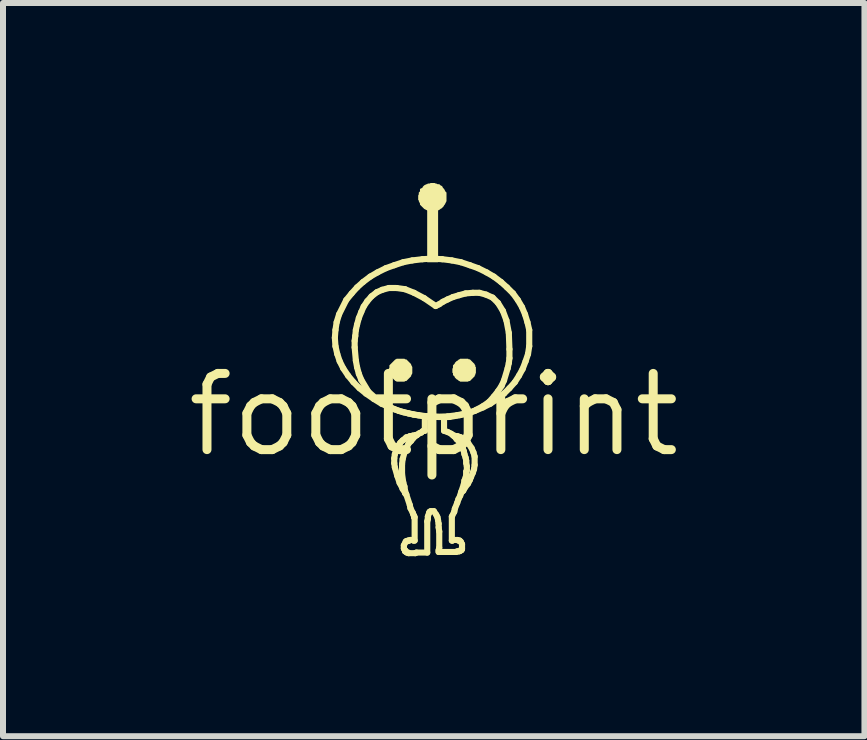
<source format=kicad_pcb>
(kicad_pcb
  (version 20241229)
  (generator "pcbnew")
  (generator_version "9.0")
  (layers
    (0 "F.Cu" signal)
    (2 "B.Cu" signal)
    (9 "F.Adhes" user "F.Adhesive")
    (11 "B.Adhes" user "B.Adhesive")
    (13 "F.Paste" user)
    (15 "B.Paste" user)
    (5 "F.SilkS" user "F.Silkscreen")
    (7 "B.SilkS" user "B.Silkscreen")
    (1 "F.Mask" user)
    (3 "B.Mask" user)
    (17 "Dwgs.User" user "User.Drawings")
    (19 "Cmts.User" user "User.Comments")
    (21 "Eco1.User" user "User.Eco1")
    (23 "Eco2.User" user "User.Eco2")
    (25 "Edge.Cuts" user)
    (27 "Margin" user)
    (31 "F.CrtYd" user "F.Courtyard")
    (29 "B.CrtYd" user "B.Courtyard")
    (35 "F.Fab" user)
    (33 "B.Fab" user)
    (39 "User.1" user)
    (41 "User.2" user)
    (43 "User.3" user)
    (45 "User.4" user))
  (footprint "footprint"
    (layer "F.Cu")
    (at 4.18 3.865)
    (property "Reference" "footprint" (at 0 0 0) (layer "F.SilkS") (effects (font (size 1.27 1.27) (thickness 0.15))))
    (fp_line (start -1.648 -1.284) (end -1.638 -1.414) (stroke (width 0.102) (type solid)) (layer "F.SilkS"))
    (fp_line (start -1.638 -1.414) (end -1.618 -1.544) (stroke (width 0.102) (type solid)) (layer "F.SilkS"))
    (fp_line (start -1.638 -1.144) (end -1.648 -1.284) (stroke (width 0.102) (type solid)) (layer "F.SilkS"))
    (fp_line (start -1.618 -1.544) (end -1.578 -1.674) (stroke (width 0.102) (type solid)) (layer "F.SilkS"))
    (fp_line (start -1.608 -1.014) (end -1.638 -1.144) (stroke (width 0.102) (type solid)) (layer "F.SilkS"))
    (fp_line (start -1.578 -1.674) (end -1.458 -1.914) (stroke (width 0.102) (type solid)) (layer "F.SilkS"))
    (fp_line (start -1.568 -0.894) (end -1.608 -1.014) (stroke (width 0.102) (type solid)) (layer "F.SilkS"))
    (fp_line (start -1.508 -0.774) (end -1.568 -0.894) (stroke (width 0.102) (type solid)) (layer "F.SilkS"))
    (fp_line (start -1.458 -1.914) (end -1.368 -2.024) (stroke (width 0.102) (type solid)) (layer "F.SilkS"))
    (fp_line (start -1.428 -0.654) (end -1.508 -0.774) (stroke (width 0.102) (type solid)) (layer "F.SilkS"))
    (fp_line (start -1.368 -2.024) (end -1.278 -2.124) (stroke (width 0.102) (type solid)) (layer "F.SilkS"))
    (fp_line (start -1.338 -0.544) (end -1.428 -0.654) (stroke (width 0.102) (type solid)) (layer "F.SilkS"))
    (fp_line (start -1.318 -1.234) (end -1.308 -1.314) (stroke (width 0.102) (type solid)) (layer "F.SilkS"))
    (fp_line (start -1.318 -1.124) (end -1.318 -1.234) (stroke (width 0.102) (type solid)) (layer "F.SilkS"))
    (fp_line (start -1.308 -1.314) (end -1.298 -1.414) (stroke (width 0.102) (type solid)) (layer "F.SilkS"))
    (fp_line (start -1.298 -1.414) (end -1.278 -1.504) (stroke (width 0.102) (type solid)) (layer "F.SilkS"))
    (fp_line (start -1.298 -0.904) (end -1.318 -1.124) (stroke (width 0.102) (type solid)) (layer "F.SilkS"))
    (fp_line (start -1.278 -2.124) (end -1.178 -2.214) (stroke (width 0.102) (type solid)) (layer "F.SilkS"))
    (fp_line (start -1.278 -1.504) (end -1.248 -1.614) (stroke (width 0.102) (type solid)) (layer "F.SilkS"))
    (fp_line (start -1.278 -0.794) (end -1.298 -0.904) (stroke (width 0.102) (type solid)) (layer "F.SilkS"))
    (fp_line (start -1.248 -1.614) (end -1.208 -1.714) (stroke (width 0.102) (type solid)) (layer "F.SilkS"))
    (fp_line (start -1.248 -0.684) (end -1.278 -0.794) (stroke (width 0.102) (type solid)) (layer "F.SilkS"))
    (fp_line (start -1.238 -0.444) (end -1.338 -0.544) (stroke (width 0.102) (type solid)) (layer "F.SilkS"))
    (fp_line (start -1.208 -1.714) (end -1.168 -1.804) (stroke (width 0.102) (type solid)) (layer "F.SilkS"))
    (fp_line (start -1.208 -0.584) (end -1.248 -0.684) (stroke (width 0.102) (type solid)) (layer "F.SilkS"))
    (fp_line (start -1.178 -2.214) (end -1.058 -2.304) (stroke (width 0.102) (type solid)) (layer "F.SilkS"))
    (fp_line (start -1.168 -1.804) (end -1.108 -1.894) (stroke (width 0.102) (type solid)) (layer "F.SilkS"))
    (fp_line (start -1.128 -0.354) (end -1.238 -0.444) (stroke (width 0.102) (type solid)) (layer "F.SilkS"))
    (fp_line (start -1.108 -1.894) (end -1.038 -1.974) (stroke (width 0.102) (type solid)) (layer "F.SilkS"))
    (fp_line (start -1.088 -0.384) (end -1.208 -0.584) (stroke (width 0.102) (type solid)) (layer "F.SilkS"))
    (fp_line (start -1.058 -2.304) (end -0.938 -2.374) (stroke (width 0.102) (type solid)) (layer "F.SilkS"))
    (fp_line (start -1.038 -1.974) (end -0.948 -2.044) (stroke (width 0.102) (type solid)) (layer "F.SilkS"))
    (fp_line (start -0.998 -0.264) (end -1.128 -0.354) (stroke (width 0.102) (type solid)) (layer "F.SilkS"))
    (fp_line (start -0.948 -2.044) (end -0.858 -2.084) (stroke (width 0.102) (type solid)) (layer "F.SilkS"))
    (fp_line (start -0.938 -2.374) (end -0.798 -2.444) (stroke (width 0.102) (type solid)) (layer "F.SilkS"))
    (fp_line (start -0.908 -0.224) (end -1.088 -0.384) (stroke (width 0.102) (type solid)) (layer "F.SilkS"))
    (fp_line (start -0.868 -0.184) (end -0.998 -0.264) (stroke (width 0.102) (type solid)) (layer "F.SilkS"))
    (fp_line (start -0.858 -2.084) (end -0.748 -2.114) (stroke (width 0.102) (type solid)) (layer "F.SilkS"))
    (fp_line (start -0.798 -2.444) (end -0.658 -2.494) (stroke (width 0.102) (type solid)) (layer "F.SilkS"))
    (fp_line (start -0.788 -0.154) (end -0.908 -0.224) (stroke (width 0.102) (type solid)) (layer "F.SilkS"))
    (fp_line (start -0.748 -2.114) (end -0.618 -2.114) (stroke (width 0.102) (type solid)) (layer "F.SilkS"))
    (fp_line (start -0.728 -0.124) (end -0.868 -0.184) (stroke (width 0.102) (type solid)) (layer "F.SilkS"))
    (fp_line (start -0.658 -2.494) (end -0.508 -2.544) (stroke (width 0.102) (type solid)) (layer "F.SilkS"))
    (fp_line (start -0.658 -0.094) (end -0.788 -0.154) (stroke (width 0.102) (type solid)) (layer "F.SilkS"))
    (fp_line (start -0.658 0.726) (end -0.648 0.656) (stroke (width 0.102) (type solid)) (layer "F.SilkS"))
    (fp_line (start -0.658 0.806) (end -0.658 0.726) (stroke (width 0.102) (type solid)) (layer "F.SilkS"))
    (fp_line (start -0.648 0.656) (end -0.628 0.596) (stroke (width 0.102) (type solid)) (layer "F.SilkS"))
    (fp_line (start -0.648 0.876) (end -0.658 0.806) (stroke (width 0.102) (type solid)) (layer "F.SilkS"))
    (fp_line (start -0.628 0.596) (end -0.598 0.526) (stroke (width 0.102) (type solid)) (layer "F.SilkS"))
    (fp_line (start -0.618 -2.114) (end -0.478 -2.094) (stroke (width 0.102) (type solid)) (layer "F.SilkS"))
    (fp_line (start -0.608 1.016) (end -0.648 0.876) (stroke (width 0.102) (type solid)) (layer "F.SilkS"))
    (fp_line (start -0.598 0.526) (end -0.558 0.466) (stroke (width 0.102) (type solid)) (layer "F.SilkS"))
    (fp_line (start -0.578 -0.064) (end -0.728 -0.124) (stroke (width 0.102) (type solid)) (layer "F.SilkS"))
    (fp_line (start -0.568 1.136) (end -0.608 1.016) (stroke (width 0.102) (type solid)) (layer "F.SilkS"))
    (fp_line (start -0.558 0.466) (end -0.518 0.426) (stroke (width 0.102) (type solid)) (layer "F.SilkS"))
    (fp_line (start -0.538 1.186) (end -0.568 1.136) (stroke (width 0.102) (type solid)) (layer "F.SilkS"))
    (fp_line (start -0.528 0.826) (end -0.518 0.736) (stroke (width 0.102) (type solid)) (layer "F.SilkS"))
    (fp_line (start -0.528 0.986) (end -0.528 0.826) (stroke (width 0.102) (type solid)) (layer "F.SilkS"))
    (fp_line (start -0.518 0.426) (end -0.488 0.406) (stroke (width 0.102) (type solid)) (layer "F.SilkS"))
    (fp_line (start -0.518 0.736) (end -0.478 0.596) (stroke (width 0.102) (type solid)) (layer "F.SilkS"))
    (fp_line (start -0.518 1.236) (end -0.538 1.186) (stroke (width 0.102) (type solid)) (layer "F.SilkS"))
    (fp_line (start -0.508 -2.544) (end -0.358 -2.574) (stroke (width 0.102) (type solid)) (layer "F.SilkS"))
    (fp_line (start -0.508 -0.044) (end -0.658 -0.094) (stroke (width 0.102) (type solid)) (layer "F.SilkS"))
    (fp_line (start -0.508 1.126) (end -0.528 0.986) (stroke (width 0.102) (type solid)) (layer "F.SilkS"))
    (fp_line (start -0.498 2.176) (end -0.468 2.116) (stroke (width 0.102) (type solid)) (layer "F.SilkS"))
    (fp_line (start -0.498 2.226) (end -0.498 2.176) (stroke (width 0.102) (type solid)) (layer "F.SilkS"))
    (fp_line (start -0.488 0.406) (end -0.458 0.376) (stroke (width 0.102) (type solid)) (layer "F.SilkS"))
    (fp_line (start -0.488 1.196) (end -0.508 1.126) (stroke (width 0.102) (type solid)) (layer "F.SilkS"))
    (fp_line (start -0.488 1.276) (end -0.518 1.236) (stroke (width 0.102) (type solid)) (layer "F.SilkS"))
    (fp_line (start -0.488 2.246) (end -0.498 2.226) (stroke (width 0.102) (type solid)) (layer "F.SilkS"))
    (fp_line (start -0.478 -2.094) (end -0.328 -2.034) (stroke (width 0.102) (type solid)) (layer "F.SilkS"))
    (fp_line (start -0.478 0.596) (end -0.418 0.476) (stroke (width 0.102) (type solid)) (layer "F.SilkS"))
    (fp_line (start -0.478 1.266) (end -0.488 1.196) (stroke (width 0.102) (type solid)) (layer "F.SilkS"))
    (fp_line (start -0.478 1.306) (end -0.488 1.276) (stroke (width 0.102) (type solid)) (layer "F.SilkS"))
    (fp_line (start -0.478 2.256) (end -0.488 2.246) (stroke (width 0.102) (type solid)) (layer "F.SilkS"))
    (fp_line (start -0.478 2.276) (end -0.478 2.256) (stroke (width 0.102) (type solid)) (layer "F.SilkS"))
    (fp_line (start -0.468 2.116) (end -0.458 2.106) (stroke (width 0.102) (type solid)) (layer "F.SilkS"))
    (fp_line (start -0.458 0.376) (end -0.438 0.376) (stroke (width 0.102) (type solid)) (layer "F.SilkS"))
    (fp_line (start -0.458 1.326) (end -0.478 1.266) (stroke (width 0.102) (type solid)) (layer "F.SilkS"))
    (fp_line (start -0.458 1.326) (end -0.478 1.306) (stroke (width 0.102) (type solid)) (layer "F.SilkS"))
    (fp_line (start -0.458 2.106) (end -0.438 2.106) (stroke (width 0.102) (type solid)) (layer "F.SilkS"))
    (fp_line (start -0.458 2.286) (end -0.478 2.276) (stroke (width 0.102) (type solid)) (layer "F.SilkS"))
    (fp_line (start -0.448 2.296) (end -0.458 2.286) (stroke (width 0.102) (type solid)) (layer "F.SilkS"))
    (fp_line (start -0.438 0.376) (end -0.398 0.356) (stroke (width 0.102) (type solid)) (layer "F.SilkS"))
    (fp_line (start -0.438 2.106) (end -0.428 2.096) (stroke (width 0.102) (type solid)) (layer "F.SilkS"))
    (fp_line (start -0.428 2.096) (end -0.408 2.096) (stroke (width 0.102) (type solid)) (layer "F.SilkS"))
    (fp_line (start -0.428 2.296) (end -0.448 2.296) (stroke (width 0.102) (type solid)) (layer "F.SilkS"))
    (fp_line (start -0.418 -0.024) (end -0.578 -0.064) (stroke (width 0.102) (type solid)) (layer "F.SilkS"))
    (fp_line (start -0.418 0.476) (end -0.378 0.436) (stroke (width 0.102) (type solid)) (layer "F.SilkS"))
    (fp_line (start -0.418 2.306) (end -0.428 2.296) (stroke (width 0.102) (type solid)) (layer "F.SilkS"))
    (fp_line (start -0.408 2.096) (end -0.388 2.086) (stroke (width 0.102) (type solid)) (layer "F.SilkS"))
    (fp_line (start -0.398 0.356) (end -0.368 0.356) (stroke (width 0.102) (type solid)) (layer "F.SilkS"))
    (fp_line (start -0.398 1.506) (end -0.458 1.326) (stroke (width 0.102) (type solid)) (layer "F.SilkS"))
    (fp_line (start -0.388 1.556) (end -0.398 1.506) (stroke (width 0.102) (type solid)) (layer "F.SilkS"))
    (fp_line (start -0.388 2.086) (end -0.348 2.086) (stroke (width 0.102) (type solid)) (layer "F.SilkS"))
    (fp_line (start -0.378 0.436) (end -0.348 0.396) (stroke (width 0.102) (type solid)) (layer "F.SilkS"))
    (fp_line (start -0.368 0.356) (end -0.348 0.346) (stroke (width 0.102) (type solid)) (layer "F.SilkS"))
    (fp_line (start -0.358 -2.574) (end -0.188 -2.594) (stroke (width 0.102) (type solid)) (layer "F.SilkS"))
    (fp_line (start -0.348 0.346) (end -0.318 0.346) (stroke (width 0.102) (type solid)) (layer "F.SilkS"))
    (fp_line (start -0.348 0.396) (end -0.308 0.356) (stroke (width 0.102) (type solid)) (layer "F.SilkS"))
    (fp_line (start -0.348 1.636) (end -0.388 1.556) (stroke (width 0.102) (type solid)) (layer "F.SilkS"))
    (fp_line (start -0.348 2.086) (end -0.338 2.096) (stroke (width 0.102) (type solid)) (layer "F.SilkS"))
    (fp_line (start -0.338 -0.004) (end -0.508 -0.044) (stroke (width 0.102) (type solid)) (layer "F.SilkS"))
    (fp_line (start -0.338 1.666) (end -0.348 1.636) (stroke (width 0.102) (type solid)) (layer "F.SilkS"))
    (fp_line (start -0.338 2.096) (end -0.318 2.096) (stroke (width 0.102) (type solid)) (layer "F.SilkS"))
    (fp_line (start -0.328 -2.034) (end -0.158 -1.944) (stroke (width 0.102) (type solid)) (layer "F.SilkS"))
    (fp_line (start -0.328 1.686) (end -0.338 1.666) (stroke (width 0.102) (type solid)) (layer "F.SilkS"))
    (fp_line (start -0.328 1.706) (end -0.328 1.686) (stroke (width 0.102) (type solid)) (layer "F.SilkS"))
    (fp_line (start -0.318 0.346) (end -0.298 0.336) (stroke (width 0.102) (type solid)) (layer "F.SilkS"))
    (fp_line (start -0.318 1.706) (end -0.328 1.706) (stroke (width 0.102) (type solid)) (layer "F.SilkS"))
    (fp_line (start -0.318 2.096) (end -0.318 1.706) (stroke (width 0.102) (type solid)) (layer "F.SilkS"))
    (fp_line (start -0.308 0.356) (end -0.278 0.336) (stroke (width 0.102) (type solid)) (layer "F.SilkS"))
    (fp_line (start -0.308 2.306) (end -0.418 2.306) (stroke (width 0.102) (type solid)) (layer "F.SilkS"))
    (fp_line (start -0.298 0.336) (end -0.288 0.336) (stroke (width 0.102) (type solid)) (layer "F.SilkS"))
    (fp_line (start -0.288 0.336) (end -0.268 0.326) (stroke (width 0.102) (type solid)) (layer "F.SilkS"))
    (fp_line (start -0.288 2.296) (end -0.308 2.306) (stroke (width 0.102) (type solid)) (layer "F.SilkS"))
    (fp_line (start -0.278 0.336) (end -0.238 0.306) (stroke (width 0.102) (type solid)) (layer "F.SilkS"))
    (fp_line (start -0.258 0.006) (end -0.418 -0.024) (stroke (width 0.102) (type solid)) (layer "F.SilkS"))
    (fp_line (start -0.238 0.306) (end -0.208 0.296) (stroke (width 0.102) (type solid)) (layer "F.SilkS"))
    (fp_line (start -0.208 0.296) (end -0.188 0.276) (stroke (width 0.102) (type solid)) (layer "F.SilkS"))
    (fp_line (start -0.188 -2.594) (end -0.028 -2.604) (stroke (width 0.102) (type solid)) (layer "F.SilkS"))
    (fp_line (start -0.188 0.276) (end -0.168 0.266) (stroke (width 0.102) (type solid)) (layer "F.SilkS"))
    (fp_line (start -0.168 0.266) (end -0.148 0.266) (stroke (width 0.102) (type solid)) (layer "F.SilkS"))
    (fp_line (start -0.158 -1.944) (end 0.032 -1.814) (stroke (width 0.102) (type solid)) (layer "F.SilkS"))
    (fp_line (start -0.148 0.026) (end -0.338 -0.004) (stroke (width 0.102) (type solid)) (layer "F.SilkS"))
    (fp_line (start -0.148 0.026) (end 0.172 0.036) (stroke (width 0.102) (type solid)) (layer "F.SilkS"))
    (fp_line (start -0.148 0.266) (end -0.148 0.026) (stroke (width 0.102) (type solid)) (layer "F.SilkS"))
    (fp_line (start -0.108 1.776) (end -0.108 2.296) (stroke (width 0.102) (type solid)) (layer "F.SilkS"))
    (fp_line (start -0.108 2.296) (end -0.288 2.296) (stroke (width 0.102) (type solid)) (layer "F.SilkS"))
    (fp_line (start -0.098 0.026) (end -0.258 0.006) (stroke (width 0.102) (type solid)) (layer "F.SilkS"))
    (fp_line (start -0.098 1.696) (end -0.098 1.736) (stroke (width 0.102) (type solid)) (layer "F.SilkS"))
    (fp_line (start -0.098 1.736) (end -0.108 1.776) (stroke (width 0.102) (type solid)) (layer "F.SilkS"))
    (fp_line (start -0.078 1.636) (end -0.098 1.696) (stroke (width 0.102) (type solid)) (layer "F.SilkS"))
    (fp_line (start -0.068 1.616) (end -0.078 1.636) (stroke (width 0.102) (type solid)) (layer "F.SilkS"))
    (fp_line (start -0.048 1.606) (end -0.068 1.616) (stroke (width 0.102) (type solid)) (layer "F.SilkS"))
    (fp_line (start -0.028 -2.604) (end 0.142 -2.594) (stroke (width 0.102) (type solid)) (layer "F.SilkS"))
    (fp_line (start 0.002 1.606) (end -0.048 1.606) (stroke (width 0.102) (type solid)) (layer "F.SilkS"))
    (fp_line (start 0.032 -1.814) (end 0.092 -1.844) (stroke (width 0.102) (type solid)) (layer "F.SilkS"))
    (fp_line (start 0.042 1.666) (end 0.002 1.606) (stroke (width 0.102) (type solid)) (layer "F.SilkS"))
    (fp_line (start 0.062 1.706) (end 0.042 1.666) (stroke (width 0.102) (type solid)) (layer "F.SilkS"))
    (fp_line (start 0.072 0.036) (end -0.148 0.026) (stroke (width 0.102) (type solid)) (layer "F.SilkS"))
    (fp_line (start 0.072 0.036) (end -0.098 0.026) (stroke (width 0.102) (type solid)) (layer "F.SilkS"))
    (fp_line (start 0.072 1.756) (end 0.062 1.706) (stroke (width 0.102) (type solid)) (layer "F.SilkS"))
    (fp_line (start 0.082 1.816) (end 0.072 1.756) (stroke (width 0.102) (type solid)) (layer "F.SilkS"))
    (fp_line (start 0.082 1.876) (end 0.082 1.816) (stroke (width 0.102) (type solid)) (layer "F.SilkS"))
    (fp_line (start 0.082 2.256) (end 0.092 2.216) (stroke (width 0.102) (type solid)) (layer "F.SilkS"))
    (fp_line (start 0.082 2.286) (end 0.082 2.256) (stroke (width 0.102) (type solid)) (layer "F.SilkS"))
    (fp_line (start 0.092 -1.844) (end 0.152 -1.884) (stroke (width 0.102) (type solid)) (layer "F.SilkS"))
    (fp_line (start 0.092 1.946) (end 0.082 1.876) (stroke (width 0.102) (type solid)) (layer "F.SilkS"))
    (fp_line (start 0.092 2.216) (end 0.092 1.946) (stroke (width 0.102) (type solid)) (layer "F.SilkS"))
    (fp_line (start 0.142 -2.594) (end 0.302 -2.574) (stroke (width 0.102) (type solid)) (layer "F.SilkS"))
    (fp_line (start 0.152 -1.884) (end 0.232 -1.924) (stroke (width 0.102) (type solid)) (layer "F.SilkS"))
    (fp_line (start 0.172 0.036) (end 0.172 0.266) (stroke (width 0.102) (type solid)) (layer "F.SilkS"))
    (fp_line (start 0.172 0.266) (end 0.232 0.286) (stroke (width 0.102) (type solid)) (layer "F.SilkS"))
    (fp_line (start 0.232 -1.924) (end 0.322 -1.964) (stroke (width 0.102) (type solid)) (layer "F.SilkS"))
    (fp_line (start 0.232 0.026) (end 0.072 0.036) (stroke (width 0.102) (type solid)) (layer "F.SilkS"))
    (fp_line (start 0.232 0.286) (end 0.292 0.316) (stroke (width 0.102) (type solid)) (layer "F.SilkS"))
    (fp_line (start 0.262 0.036) (end 0.072 0.036) (stroke (width 0.102) (type solid)) (layer "F.SilkS"))
    (fp_line (start 0.292 0.316) (end 0.342 0.356) (stroke (width 0.102) (type solid)) (layer "F.SilkS"))
    (fp_line (start 0.302 -2.574) (end 0.452 -2.544) (stroke (width 0.102) (type solid)) (layer "F.SilkS"))
    (fp_line (start 0.302 1.696) (end 0.302 2.096) (stroke (width 0.102) (type solid)) (layer "F.SilkS"))
    (fp_line (start 0.302 2.096) (end 0.312 2.096) (stroke (width 0.102) (type solid)) (layer "F.SilkS"))
    (fp_line (start 0.312 2.096) (end 0.322 2.086) (stroke (width 0.102) (type solid)) (layer "F.SilkS"))
    (fp_line (start 0.322 -1.964) (end 0.422 -1.994) (stroke (width 0.102) (type solid)) (layer "F.SilkS"))
    (fp_line (start 0.322 2.086) (end 0.392 2.086) (stroke (width 0.102) (type solid)) (layer "F.SilkS"))
    (fp_line (start 0.342 0.346) (end 0.322 0.346) (stroke (width 0.102) (type solid)) (layer "F.SilkS"))
    (fp_line (start 0.342 0.356) (end 0.382 0.406) (stroke (width 0.102) (type solid)) (layer "F.SilkS"))
    (fp_line (start 0.342 1.616) (end 0.302 1.696) (stroke (width 0.102) (type solid)) (layer "F.SilkS"))
    (fp_line (start 0.352 0.356) (end 0.342 0.346) (stroke (width 0.102) (type solid)) (layer "F.SilkS"))
    (fp_line (start 0.352 1.566) (end 0.342 1.616) (stroke (width 0.102) (type solid)) (layer "F.SilkS"))
    (fp_line (start 0.372 2.286) (end 0.082 2.286) (stroke (width 0.102) (type solid)) (layer "F.SilkS"))
    (fp_line (start 0.382 0.406) (end 0.422 0.446) (stroke (width 0.102) (type solid)) (layer "F.SilkS"))
    (fp_line (start 0.392 0.006) (end 0.232 0.026) (stroke (width 0.102) (type solid)) (layer "F.SilkS"))
    (fp_line (start 0.392 0.356) (end 0.352 0.356) (stroke (width 0.102) (type solid)) (layer "F.SilkS"))
    (fp_line (start 0.392 1.466) (end 0.352 1.566) (stroke (width 0.102) (type solid)) (layer "F.SilkS"))
    (fp_line (start 0.392 2.086) (end 0.412 2.096) (stroke (width 0.102) (type solid)) (layer "F.SilkS"))
    (fp_line (start 0.392 2.276) (end 0.372 2.286) (stroke (width 0.102) (type solid)) (layer "F.SilkS"))
    (fp_line (start 0.402 0.366) (end 0.392 0.356) (stroke (width 0.102) (type solid)) (layer "F.SilkS"))
    (fp_line (start 0.412 1.406) (end 0.392 1.466) (stroke (width 0.102) (type solid)) (layer "F.SilkS"))
    (fp_line (start 0.412 2.096) (end 0.432 2.096) (stroke (width 0.102) (type solid)) (layer "F.SilkS"))
    (fp_line (start 0.422 -1.994) (end 0.532 -2.024) (stroke (width 0.102) (type solid)) (layer "F.SilkS"))
    (fp_line (start 0.422 0.366) (end 0.402 0.366) (stroke (width 0.102) (type solid)) (layer "F.SilkS"))
    (fp_line (start 0.422 0.446) (end 0.452 0.496) (stroke (width 0.102) (type solid)) (layer "F.SilkS"))
    (fp_line (start 0.422 2.276) (end 0.392 2.276) (stroke (width 0.102) (type solid)) (layer "F.SilkS"))
    (fp_line (start 0.432 0.006) (end 0.262 0.036) (stroke (width 0.102) (type solid)) (layer "F.SilkS"))
    (fp_line (start 0.432 0.376) (end 0.422 0.366) (stroke (width 0.102) (type solid)) (layer "F.SilkS"))
    (fp_line (start 0.432 2.096) (end 0.452 2.116) (stroke (width 0.102) (type solid)) (layer "F.SilkS"))
    (fp_line (start 0.432 2.266) (end 0.422 2.276) (stroke (width 0.102) (type solid)) (layer "F.SilkS"))
    (fp_line (start 0.442 1.346) (end 0.412 1.406) (stroke (width 0.102) (type solid)) (layer "F.SilkS"))
    (fp_line (start 0.442 2.266) (end 0.432 2.266) (stroke (width 0.102) (type solid)) (layer "F.SilkS"))
    (fp_line (start 0.452 -2.544) (end 0.602 -2.494) (stroke (width 0.102) (type solid)) (layer "F.SilkS"))
    (fp_line (start 0.452 0.376) (end 0.432 0.376) (stroke (width 0.102) (type solid)) (layer "F.SilkS"))
    (fp_line (start 0.452 0.496) (end 0.482 0.556) (stroke (width 0.102) (type solid)) (layer "F.SilkS"))
    (fp_line (start 0.452 1.306) (end 0.492 1.266) (stroke (width 0.102) (type solid)) (layer "F.SilkS"))
    (fp_line (start 0.452 2.116) (end 0.472 2.156) (stroke (width 0.102) (type solid)) (layer "F.SilkS"))
    (fp_line (start 0.452 2.256) (end 0.442 2.266) (stroke (width 0.102) (type solid)) (layer "F.SilkS"))
    (fp_line (start 0.462 0.386) (end 0.452 0.376) (stroke (width 0.102) (type solid)) (layer "F.SilkS"))
    (fp_line (start 0.462 1.276) (end 0.442 1.346) (stroke (width 0.102) (type solid)) (layer "F.SilkS"))
    (fp_line (start 0.462 2.246) (end 0.462 2.256) (stroke (width 0.102) (type solid)) (layer "F.SilkS"))
    (fp_line (start 0.462 2.256) (end 0.452 2.256) (stroke (width 0.102) (type solid)) (layer "F.SilkS"))
    (fp_line (start 0.472 2.156) (end 0.472 2.236) (stroke (width 0.102) (type solid)) (layer "F.SilkS"))
    (fp_line (start 0.472 2.236) (end 0.462 2.246) (stroke (width 0.102) (type solid)) (layer "F.SilkS"))
    (fp_line (start 0.482 0.396) (end 0.462 0.386) (stroke (width 0.102) (type solid)) (layer "F.SilkS"))
    (fp_line (start 0.482 0.556) (end 0.502 0.606) (stroke (width 0.102) (type solid)) (layer "F.SilkS"))
    (fp_line (start 0.492 0.406) (end 0.482 0.396) (stroke (width 0.102) (type solid)) (layer "F.SilkS"))
    (fp_line (start 0.492 1.266) (end 0.512 1.226) (stroke (width 0.102) (type solid)) (layer "F.SilkS"))
    (fp_line (start 0.502 0.606) (end 0.512 0.656) (stroke (width 0.102) (type solid)) (layer "F.SilkS"))
    (fp_line (start 0.502 1.156) (end 0.462 1.276) (stroke (width 0.102) (type solid)) (layer "F.SilkS"))
    (fp_line (start 0.512 0.656) (end 0.532 0.716) (stroke (width 0.102) (type solid)) (layer "F.SilkS"))
    (fp_line (start 0.512 1.096) (end 0.502 1.156) (stroke (width 0.102) (type solid)) (layer "F.SilkS"))
    (fp_line (start 0.512 1.226) (end 0.572 1.146) (stroke (width 0.102) (type solid)) (layer "F.SilkS"))
    (fp_line (start 0.532 -2.024) (end 0.652 -2.034) (stroke (width 0.102) (type solid)) (layer "F.SilkS"))
    (fp_line (start 0.532 0.426) (end 0.492 0.406) (stroke (width 0.102) (type solid)) (layer "F.SilkS"))
    (fp_line (start 0.532 0.716) (end 0.542 0.766) (stroke (width 0.102) (type solid)) (layer "F.SilkS"))
    (fp_line (start 0.532 1.046) (end 0.512 1.096) (stroke (width 0.102) (type solid)) (layer "F.SilkS"))
    (fp_line (start 0.542 -0.024) (end 0.392 0.006) (stroke (width 0.102) (type solid)) (layer "F.SilkS"))
    (fp_line (start 0.542 0.766) (end 0.542 0.806) (stroke (width 0.102) (type solid)) (layer "F.SilkS"))
    (fp_line (start 0.542 0.806) (end 0.552 0.856) (stroke (width 0.102) (type solid)) (layer "F.SilkS"))
    (fp_line (start 0.542 0.946) (end 0.542 0.996) (stroke (width 0.102) (type solid)) (layer "F.SilkS"))
    (fp_line (start 0.542 0.996) (end 0.532 1.046) (stroke (width 0.102) (type solid)) (layer "F.SilkS"))
    (fp_line (start 0.552 0.856) (end 0.552 0.926) (stroke (width 0.102) (type solid)) (layer "F.SilkS"))
    (fp_line (start 0.552 0.926) (end 0.542 0.946) (stroke (width 0.102) (type solid)) (layer "F.SilkS"))
    (fp_line (start 0.572 0.466) (end 0.532 0.426) (stroke (width 0.102) (type solid)) (layer "F.SilkS"))
    (fp_line (start 0.572 1.146) (end 0.602 1.086) (stroke (width 0.102) (type solid)) (layer "F.SilkS"))
    (fp_line (start 0.582 -0.024) (end 0.432 0.006) (stroke (width 0.102) (type solid)) (layer "F.SilkS"))
    (fp_line (start 0.602 -2.494) (end 0.742 -2.444) (stroke (width 0.102) (type solid)) (layer "F.SilkS"))
    (fp_line (start 0.602 1.086) (end 0.622 1.036) (stroke (width 0.102) (type solid)) (layer "F.SilkS"))
    (fp_line (start 0.622 1.036) (end 0.652 0.966) (stroke (width 0.102) (type solid)) (layer "F.SilkS"))
    (fp_line (start 0.632 0.556) (end 0.572 0.466) (stroke (width 0.102) (type solid)) (layer "F.SilkS"))
    (fp_line (start 0.652 -2.034) (end 0.762 -2.034) (stroke (width 0.102) (type solid)) (layer "F.SilkS"))
    (fp_line (start 0.652 0.966) (end 0.672 0.906) (stroke (width 0.102) (type solid)) (layer "F.SilkS"))
    (fp_line (start 0.662 0.626) (end 0.632 0.556) (stroke (width 0.102) (type solid)) (layer "F.SilkS"))
    (fp_line (start 0.672 0.906) (end 0.682 0.836) (stroke (width 0.102) (type solid)) (layer "F.SilkS"))
    (fp_line (start 0.682 -0.064) (end 0.542 -0.024) (stroke (width 0.102) (type solid)) (layer "F.SilkS"))
    (fp_line (start 0.682 0.696) (end 0.662 0.626) (stroke (width 0.102) (type solid)) (layer "F.SilkS"))
    (fp_line (start 0.682 0.836) (end 0.682 0.696) (stroke (width 0.102) (type solid)) (layer "F.SilkS"))
    (fp_line (start 0.712 -0.084) (end 0.582 -0.024) (stroke (width 0.102) (type solid)) (layer "F.SilkS"))
    (fp_line (start 0.742 -2.444) (end 0.882 -2.374) (stroke (width 0.102) (type solid)) (layer "F.SilkS"))
    (fp_line (start 0.762 -2.034) (end 0.872 -2.004) (stroke (width 0.102) (type solid)) (layer "F.SilkS"))
    (fp_line (start 0.822 -0.144) (end 0.712 -0.084) (stroke (width 0.102) (type solid)) (layer "F.SilkS"))
    (fp_line (start 0.822 -0.124) (end 0.682 -0.064) (stroke (width 0.102) (type solid)) (layer "F.SilkS"))
    (fp_line (start 0.872 -2.004) (end 0.982 -1.954) (stroke (width 0.102) (type solid)) (layer "F.SilkS"))
    (fp_line (start 0.882 -2.374) (end 1.002 -2.304) (stroke (width 0.102) (type solid)) (layer "F.SilkS"))
    (fp_line (start 0.922 -0.214) (end 0.822 -0.144) (stroke (width 0.102) (type solid)) (layer "F.SilkS"))
    (fp_line (start 0.942 -0.184) (end 0.822 -0.124) (stroke (width 0.102) (type solid)) (layer "F.SilkS"))
    (fp_line (start 0.982 -1.954) (end 1.072 -1.864) (stroke (width 0.102) (type solid)) (layer "F.SilkS"))
    (fp_line (start 1.002 -2.304) (end 1.122 -2.214) (stroke (width 0.102) (type solid)) (layer "F.SilkS"))
    (fp_line (start 1.002 -0.304) (end 0.922 -0.214) (stroke (width 0.102) (type solid)) (layer "F.SilkS"))
    (fp_line (start 1.062 -0.264) (end 0.942 -0.184) (stroke (width 0.102) (type solid)) (layer "F.SilkS"))
    (fp_line (start 1.072 -1.864) (end 1.152 -1.734) (stroke (width 0.102) (type solid)) (layer "F.SilkS"))
    (fp_line (start 1.072 -0.394) (end 1.002 -0.304) (stroke (width 0.102) (type solid)) (layer "F.SilkS"))
    (fp_line (start 1.122 -2.214) (end 1.222 -2.124) (stroke (width 0.102) (type solid)) (layer "F.SilkS"))
    (fp_line (start 1.132 -0.484) (end 1.072 -0.394) (stroke (width 0.102) (type solid)) (layer "F.SilkS"))
    (fp_line (start 1.152 -1.734) (end 1.212 -1.574) (stroke (width 0.102) (type solid)) (layer "F.SilkS"))
    (fp_line (start 1.172 -0.574) (end 1.132 -0.484) (stroke (width 0.102) (type solid)) (layer "F.SilkS"))
    (fp_line (start 1.172 -0.354) (end 1.062 -0.264) (stroke (width 0.102) (type solid)) (layer "F.SilkS"))
    (fp_line (start 1.212 -1.574) (end 1.252 -1.364) (stroke (width 0.102) (type solid)) (layer "F.SilkS"))
    (fp_line (start 1.222 -2.124) (end 1.322 -2.024) (stroke (width 0.102) (type solid)) (layer "F.SilkS"))
    (fp_line (start 1.232 -0.774) (end 1.172 -0.574) (stroke (width 0.102) (type solid)) (layer "F.SilkS"))
    (fp_line (start 1.252 -1.364) (end 1.262 -1.094) (stroke (width 0.102) (type solid)) (layer "F.SilkS"))
    (fp_line (start 1.252 -0.864) (end 1.232 -0.774) (stroke (width 0.102) (type solid)) (layer "F.SilkS"))
    (fp_line (start 1.262 -1.094) (end 1.262 -0.944) (stroke (width 0.102) (type solid)) (layer "F.SilkS"))
    (fp_line (start 1.262 -0.944) (end 1.252 -0.864) (stroke (width 0.102) (type solid)) (layer "F.SilkS"))
    (fp_line (start 1.262 -0.444) (end 1.172 -0.354) (stroke (width 0.102) (type solid)) (layer "F.SilkS"))
    (fp_line (start 1.322 -2.024) (end 1.402 -1.914) (stroke (width 0.102) (type solid)) (layer "F.SilkS"))
    (fp_line (start 1.352 -0.544) (end 1.262 -0.444) (stroke (width 0.102) (type solid)) (layer "F.SilkS"))
    (fp_line (start 1.402 -1.914) (end 1.472 -1.794) (stroke (width 0.102) (type solid)) (layer "F.SilkS"))
    (fp_line (start 1.422 -0.654) (end 1.352 -0.544) (stroke (width 0.102) (type solid)) (layer "F.SilkS"))
    (fp_line (start 1.472 -1.794) (end 1.522 -1.674) (stroke (width 0.102) (type solid)) (layer "F.SilkS"))
    (fp_line (start 1.482 -0.764) (end 1.422 -0.654) (stroke (width 0.102) (type solid)) (layer "F.SilkS"))
    (fp_line (start 1.522 -1.674) (end 1.562 -1.544) (stroke (width 0.102) (type solid)) (layer "F.SilkS"))
    (fp_line (start 1.532 -0.894) (end 1.482 -0.764) (stroke (width 0.102) (type solid)) (layer "F.SilkS"))
    (fp_line (start 1.562 -1.544) (end 1.592 -1.414) (stroke (width 0.102) (type solid)) (layer "F.SilkS"))
    (fp_line (start 1.572 -1.014) (end 1.532 -0.894) (stroke (width 0.102) (type solid)) (layer "F.SilkS"))
    (fp_line (start 1.592 -1.414) (end 1.592 -1.144) (stroke (width 0.102) (type solid)) (layer "F.SilkS"))
    (fp_line (start 1.592 -1.144) (end 1.572 -1.014) (stroke (width 0.102) (type solid)) (layer "F.SilkS"))
    (fp_poly (pts (xy 0.073 -2.543) (xy -0.109 -2.543) (xy -0.109 -3.715) (xy 0.073 -3.715)) (stroke (width 0) (type solid)) (fill yes) (layer "F.SilkS"))
    (fp_poly (pts (xy -0.477 -0.925) (xy -0.457 -0.925) (xy -0.377 -0.845) (xy -0.377 -0.835) (xy -0.376 -0.834) (xy -0.357 -0.796) (xy -0.357 -0.692) (xy -0.376 -0.654) (xy -0.377 -0.653) (xy -0.377 -0.643) (xy -0.457 -0.563) (xy -0.477 -0.563) (xy -0.487 -0.553) (xy -0.619 -0.553) (xy -0.629 -0.563) (xy -0.639 -0.563) (xy -0.739 -0.663) (xy -0.739 -0.693) (xy -0.749 -0.703) (xy -0.749 -0.766) (xy -0.739 -0.786) (xy -0.739 -0.825) (xy -0.639 -0.925) (xy -0.629 -0.925) (xy -0.619 -0.935) (xy -0.487 -0.935)) (stroke (width 0) (type solid)) (fill yes) (layer "F.SilkS"))
    (fp_poly (pts (xy 0.583 -0.925) (xy 0.603 -0.925) (xy 0.683 -0.845) (xy 0.683 -0.835) (xy 0.693 -0.825) (xy 0.693 -0.805) (xy 0.703 -0.795) (xy 0.703 -0.693) (xy 0.693 -0.683) (xy 0.693 -0.663) (xy 0.683 -0.653) (xy 0.683 -0.643) (xy 0.603 -0.563) (xy 0.583 -0.563) (xy 0.573 -0.553) (xy 0.441 -0.553) (xy 0.431 -0.563) (xy 0.421 -0.563) (xy 0.402 -0.582) (xy 0.382 -0.592) (xy 0.351 -0.623) (xy 0.351 -0.633) (xy 0.321 -0.663) (xy 0.321 -0.693) (xy 0.311 -0.703) (xy 0.311 -0.766) (xy 0.321 -0.786) (xy 0.321 -0.825) (xy 0.351 -0.855) (xy 0.351 -0.865) (xy 0.382 -0.896) (xy 0.402 -0.906) (xy 0.421 -0.925) (xy 0.431 -0.925) (xy 0.441 -0.935) (xy 0.573 -0.935)) (stroke (width 0) (type solid)) (fill yes) (layer "F.SilkS"))
    (fp_poly (pts (xy 0.034 -3.855) (xy 0.044 -3.855) (xy 0.064 -3.845) (xy 0.093 -3.845) (xy 0.112 -3.826) (xy 0.14 -3.812) (xy 0.154 -3.784) (xy 0.174 -3.764) (xy 0.194 -3.724) (xy 0.213 -3.705) (xy 0.213 -3.562) (xy 0.184 -3.504) (xy 0.174 -3.494) (xy 0.164 -3.474) (xy 0.132 -3.442) (xy 0.112 -3.432) (xy 0.102 -3.422) (xy 0.064 -3.403) (xy 0.053 -3.403) (xy 0.043 -3.393) (xy -0.07 -3.393) (xy -0.09 -3.403) (xy -0.1 -3.403) (xy -0.158 -3.432) (xy -0.229 -3.503) (xy -0.229 -3.522) (xy -0.249 -3.562) (xy -0.249 -3.573) (xy -0.259 -3.583) (xy -0.259 -3.656) (xy -0.249 -3.676) (xy -0.249 -3.705) (xy -0.23 -3.724) (xy -0.229 -3.726) (xy -0.229 -3.765) (xy -0.189 -3.785) (xy -0.18 -3.804) (xy -0.158 -3.826) (xy -0.12 -3.845) (xy -0.109 -3.845) (xy -0.099 -3.855) (xy -0.07 -3.855) (xy -0.05 -3.865) (xy 0.014 -3.865)) (stroke (width 0) (type solid)) (fill yes) (layer "F.SilkS")))
  (gr_rect
    (start -3 -3)
    (end 11.36 9.222)
    (stroke (width 0.1) (type default))
    (fill no)
    (layer "Edge.Cuts")))
</source>
